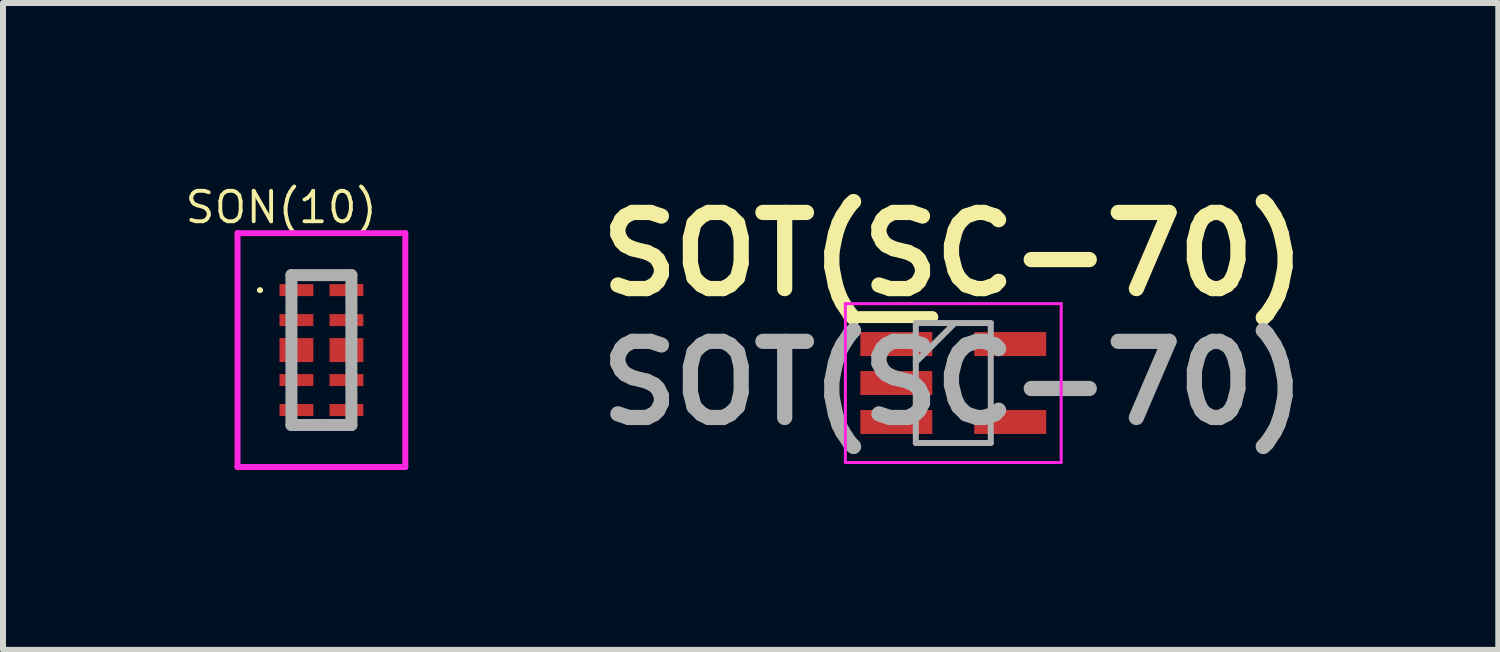
<source format=kicad_pcb>
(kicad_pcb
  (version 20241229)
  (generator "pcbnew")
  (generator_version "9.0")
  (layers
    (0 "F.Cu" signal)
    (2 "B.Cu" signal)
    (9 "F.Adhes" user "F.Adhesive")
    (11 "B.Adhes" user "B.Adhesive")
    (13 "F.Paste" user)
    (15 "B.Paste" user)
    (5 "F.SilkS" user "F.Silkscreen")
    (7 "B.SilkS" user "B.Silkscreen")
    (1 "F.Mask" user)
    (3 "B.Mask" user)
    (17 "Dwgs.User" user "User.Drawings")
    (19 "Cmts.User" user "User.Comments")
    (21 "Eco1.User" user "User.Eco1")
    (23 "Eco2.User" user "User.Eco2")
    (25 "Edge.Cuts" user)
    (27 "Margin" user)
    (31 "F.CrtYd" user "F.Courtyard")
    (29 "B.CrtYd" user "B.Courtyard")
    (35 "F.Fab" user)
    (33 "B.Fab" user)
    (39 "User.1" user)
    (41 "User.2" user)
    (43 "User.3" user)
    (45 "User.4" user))
  (footprint "SOT(SC-70)"
    (layer "F.Cu")
    (at 12.85 3.339)
    (property "Reference" "SOT(SC-70)" (at 0 -2.15 0) (layer "F.SilkS") (effects (font (size 1.27 1.27) (thickness 0.254))))
    (attr smd)
    (fp_line (start -1.55 -1.1) (end -0.35 -1.1) (stroke (width 0.2) (type solid)) (layer "F.SilkS"))
    (fp_line (start -1.8 -1.325) (end 1.8 -1.325) (stroke (width 0.05) (type solid)) (layer "F.CrtYd"))
    (fp_line (start -1.8 1.325) (end -1.8 -1.325) (stroke (width 0.05) (type solid)) (layer "F.CrtYd"))
    (fp_line (start 1.8 -1.325) (end 1.8 1.325) (stroke (width 0.05) (type solid)) (layer "F.CrtYd"))
    (fp_line (start 1.8 1.325) (end -1.8 1.325) (stroke (width 0.05) (type solid)) (layer "F.CrtYd"))
    (fp_line (start -0.625 -1) (end 0.625 -1) (stroke (width 0.1) (type solid)) (layer "F.Fab"))
    (fp_line (start -0.625 -0.35) (end 0.025 -1) (stroke (width 0.1) (type solid)) (layer "F.Fab"))
    (fp_line (start -0.625 1) (end -0.625 -1) (stroke (width 0.1) (type solid)) (layer "F.Fab"))
    (fp_line (start 0.625 -1) (end 0.625 1) (stroke (width 0.1) (type solid)) (layer "F.Fab"))
    (fp_line (start 0.625 1) (end -0.625 1) (stroke (width 0.1) (type solid)) (layer "F.Fab"))
    (fp_text user "${REFERENCE}" (at 0 0 0) (layer "F.Fab") (effects (font (size 1.27 1.27) (thickness 0.254))))
    (pad "1" smd rect (at -0.95 -0.65 90) (size 0.4 1.2) (layers "F.Cu" "F.Mask" "F.Paste"))
    (pad "2" smd rect (at -0.95 0 90) (size 0.4 1.2) (layers "F.Cu" "F.Mask" "F.Paste"))
    (pad "3" smd rect (at -0.95 0.65 90) (size 0.4 1.2) (layers "F.Cu" "F.Mask" "F.Paste"))
    (pad "4" smd rect (at 0.95 0.65 90) (size 0.4 1.2) (layers "F.Cu" "F.Mask" "F.Paste"))
    (pad "5" smd rect (at 0.95 -0.65 90) (size 0.4 1.2) (layers "F.Cu" "F.Mask" "F.Paste")))
  (footprint "SON(10)"
    (layer "F.Cu")
    (at 2.311 2.789)
    (property "Reference" "SON(10)" (at -0.67 -2.38 0) (layer "F.SilkS") (effects (font (size 0.508 0.508) (thickness 0.064))))
    (attr smd)
    (fp_line (start -1.05 -1) (end -1.05 -1) (stroke (width 0.05) (type solid)) (layer "F.SilkS"))
    (fp_line (start -1 -1) (end -1 -1) (stroke (width 0.05) (type solid)) (layer "F.SilkS"))
    (fp_line (start -0.05 -1.25) (end 0.05 -1.25) (stroke (width 0.1) (type solid)) (layer "F.SilkS"))
    (fp_line (start -0.05 1.25) (end 0.05 1.25) (stroke (width 0.1) (type solid)) (layer "F.SilkS"))
    (fp_arc (start -1.05 -1) (mid -1.025 -1.025) (end -1 -1) (stroke (width 0.05) (type solid)) (layer "F.SilkS"))
    (fp_arc (start -1 -1) (mid -1.025 -0.975) (end -1.05 -1) (stroke (width 0.05) (type solid)) (layer "F.SilkS"))
    (fp_line (start -1.399 -1.95) (end 1.399 -1.95) (stroke (width 0.1) (type solid)) (layer "F.CrtYd"))
    (fp_line (start -1.399 1.95) (end -1.399 -1.95) (stroke (width 0.1) (type solid)) (layer "F.CrtYd"))
    (fp_line (start 1.399 -1.95) (end 1.399 1.95) (stroke (width 0.1) (type solid)) (layer "F.CrtYd"))
    (fp_line (start 1.399 1.95) (end -1.399 1.95) (stroke (width 0.1) (type solid)) (layer "F.CrtYd"))
    (fp_line (start -0.5 -1.25) (end 0.5 -1.25) (stroke (width 0.2) (type solid)) (layer "F.Fab"))
    (fp_line (start -0.5 1.25) (end -0.5 -1.25) (stroke (width 0.2) (type solid)) (layer "F.Fab"))
    (fp_line (start 0.5 -1.25) (end 0.5 1.25) (stroke (width 0.2) (type solid)) (layer "F.Fab"))
    (fp_line (start 0.5 1.25) (end -0.5 1.25) (stroke (width 0.2) (type solid)) (layer "F.Fab"))
    (pad "1" smd rect (at -0.417 -1 90) (size 0.2 0.565) (layers "F.Cu" "F.Mask" "F.Paste"))
    (pad "2" smd rect (at -0.417 -0.5 90) (size 0.2 0.565) (layers "F.Cu" "F.Mask" "F.Paste"))
    (pad "3" smd rect (at -0.417 0 90) (size 0.4 0.565) (layers "F.Cu" "F.Mask" "F.Paste"))
    (pad "4" smd rect (at -0.417 0.5 90) (size 0.2 0.565) (layers "F.Cu" "F.Mask" "F.Paste"))
    (pad "5" smd rect (at -0.417 1 90) (size 0.2 0.565) (layers "F.Cu" "F.Mask" "F.Paste"))
    (pad "6" smd rect (at 0.417 1 90) (size 0.2 0.565) (layers "F.Cu" "F.Mask" "F.Paste"))
    (pad "7" smd rect (at 0.417 0.5 90) (size 0.2 0.565) (layers "F.Cu" "F.Mask" "F.Paste"))
    (pad "8" smd rect (at 0.417 0 90) (size 0.4 0.565) (layers "F.Cu" "F.Mask" "F.Paste"))
    (pad "9" smd rect (at 0.417 -0.5 90) (size 0.2 0.565) (layers "F.Cu" "F.Mask" "F.Paste"))
    (pad "10" smd rect (at 0.417 -1 90) (size 0.2 0.565) (layers "F.Cu" "F.Mask" "F.Paste")))
  (gr_rect
    (start -3 -3)
    (end 21.94 7.789)
    (stroke (width 0.1) (type default))
    (fill no)
    (layer "Edge.Cuts")))
</source>
